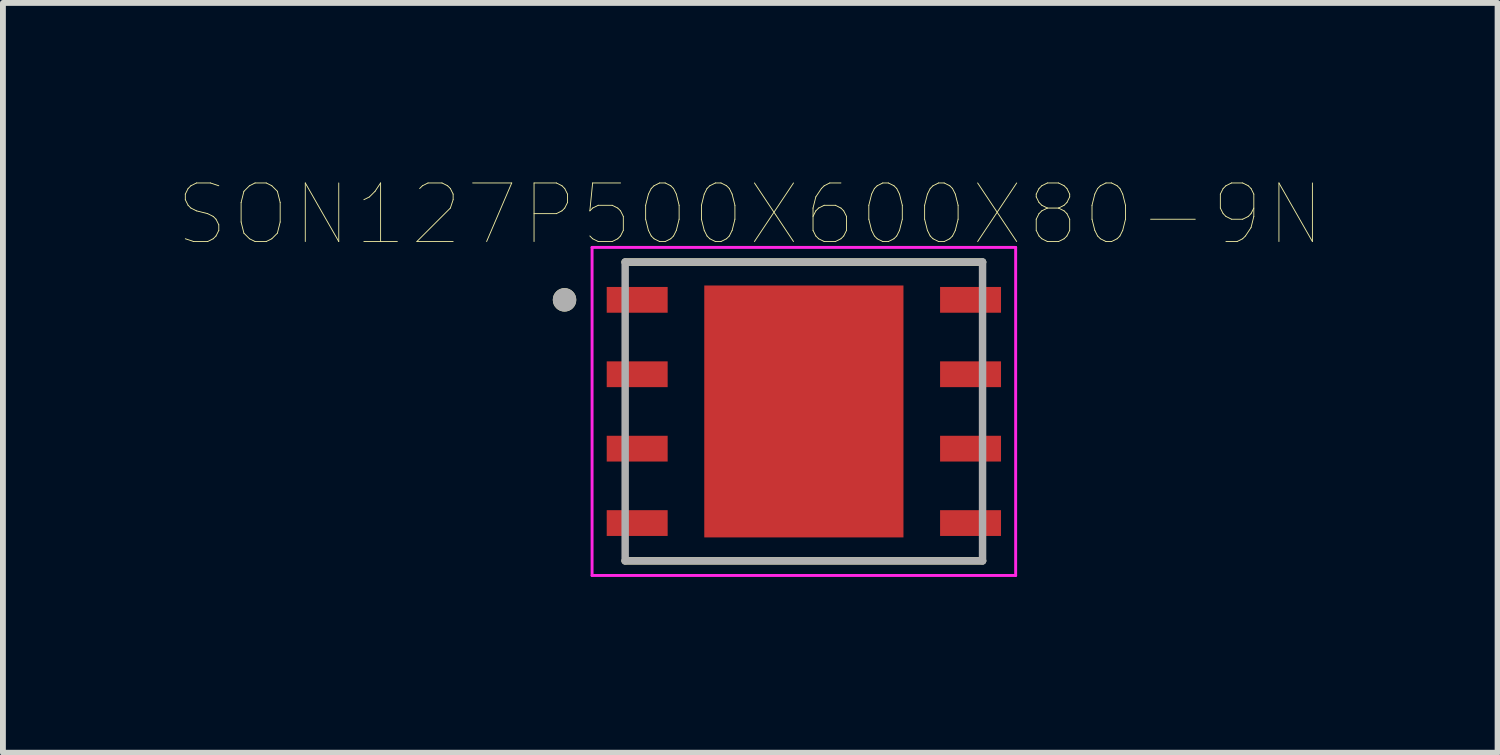
<source format=kicad_pcb>
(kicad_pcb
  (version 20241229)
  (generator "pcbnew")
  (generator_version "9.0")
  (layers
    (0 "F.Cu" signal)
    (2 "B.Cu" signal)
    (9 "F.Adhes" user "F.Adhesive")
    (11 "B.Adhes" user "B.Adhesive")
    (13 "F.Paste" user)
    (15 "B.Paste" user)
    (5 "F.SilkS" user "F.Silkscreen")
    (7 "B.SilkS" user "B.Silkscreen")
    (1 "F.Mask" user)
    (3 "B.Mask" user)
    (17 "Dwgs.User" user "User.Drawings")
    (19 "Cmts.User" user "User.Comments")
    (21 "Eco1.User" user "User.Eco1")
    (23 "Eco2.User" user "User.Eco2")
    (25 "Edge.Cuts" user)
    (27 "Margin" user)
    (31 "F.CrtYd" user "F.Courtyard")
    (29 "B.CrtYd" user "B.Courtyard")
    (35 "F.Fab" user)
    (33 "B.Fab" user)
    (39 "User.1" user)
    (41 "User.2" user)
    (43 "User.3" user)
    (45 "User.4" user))
  (footprint "SON127P500X600X80-9N"
    (layer "F.Cu")
    (at 10.671 3.973)
    (property "Reference" "SON127P500X600X80-9N" (at -0.915 -3.362 0) (layer "F.SilkS") (effects (font (size 1 1) (thickness 0.015))))
    (attr through_hole)
    (fp_line (start -3.05 -2.55) (end 3.05 -2.55) (stroke (width 0.127) (type solid)) (layer "F.SilkS"))
    (fp_line (start -3.05 2.55) (end 3.05 2.55) (stroke (width 0.127) (type solid)) (layer "F.SilkS"))
    (fp_circle (center -4.085 -1.905) (end -3.985 -1.905) (stroke (width 0.2) (type solid)) (fill no) (layer "F.SilkS"))
    (fp_poly (pts (xy -1.08 -1.36) (xy 1.08 -1.36) (xy 1.08 1.36) (xy -1.08 1.36)) (stroke (width 0.01) (type solid)) (fill yes) (layer "F.Paste"))
    (fp_line (start -3.615 -2.8) (end -3.615 2.8) (stroke (width 0.05) (type solid)) (layer "F.CrtYd"))
    (fp_line (start -3.615 -2.8) (end 3.615 -2.8) (stroke (width 0.05) (type solid)) (layer "F.CrtYd"))
    (fp_line (start -3.615 2.8) (end 3.615 2.8) (stroke (width 0.05) (type solid)) (layer "F.CrtYd"))
    (fp_line (start 3.615 -2.8) (end 3.615 2.8) (stroke (width 0.05) (type solid)) (layer "F.CrtYd"))
    (fp_line (start -3.05 -2.55) (end -3.05 2.55) (stroke (width 0.127) (type solid)) (layer "F.Fab"))
    (fp_line (start -3.05 -2.55) (end 3.05 -2.55) (stroke (width 0.127) (type solid)) (layer "F.Fab"))
    (fp_line (start -3.05 2.55) (end 3.05 2.55) (stroke (width 0.127) (type solid)) (layer "F.Fab"))
    (fp_line (start 3.05 -2.55) (end 3.05 2.55) (stroke (width 0.127) (type solid)) (layer "F.Fab"))
    (fp_circle (center -4.085 -1.905) (end -3.985 -1.905) (stroke (width 0.2) (type solid)) (fill no) (layer "F.Fab"))
    (pad "1" smd rect (at -2.845 -1.905) (size 1.04 0.44) (layers "F.Cu" "F.Mask" "F.Paste"))
    (pad "2" smd rect (at -2.845 -0.635) (size 1.04 0.44) (layers "F.Cu" "F.Mask" "F.Paste"))
    (pad "3" smd rect (at -2.845 0.635) (size 1.04 0.44) (layers "F.Cu" "F.Mask" "F.Paste"))
    (pad "4" smd rect (at -2.845 1.905) (size 1.04 0.44) (layers "F.Cu" "F.Mask" "F.Paste"))
    (pad "5" smd rect (at 2.845 1.905) (size 1.04 0.44) (layers "F.Cu" "F.Mask" "F.Paste"))
    (pad "6" smd rect (at 2.845 0.635) (size 1.04 0.44) (layers "F.Cu" "F.Mask" "F.Paste"))
    (pad "7" smd rect (at 2.845 -0.635) (size 1.04 0.44) (layers "F.Cu" "F.Mask" "F.Paste"))
    (pad "8" smd rect (at 2.845 -1.905) (size 1.04 0.44) (layers "F.Cu" "F.Mask" "F.Paste"))
    (pad "9" smd rect (at 0 0) (size 3.4 4.3) (layers "F.Cu" "F.Mask")))
  (gr_rect
    (start -3 -3)
    (end 22.512 9.798)
    (stroke (width 0.1) (type default))
    (fill no)
    (layer "Edge.Cuts")))
</source>
